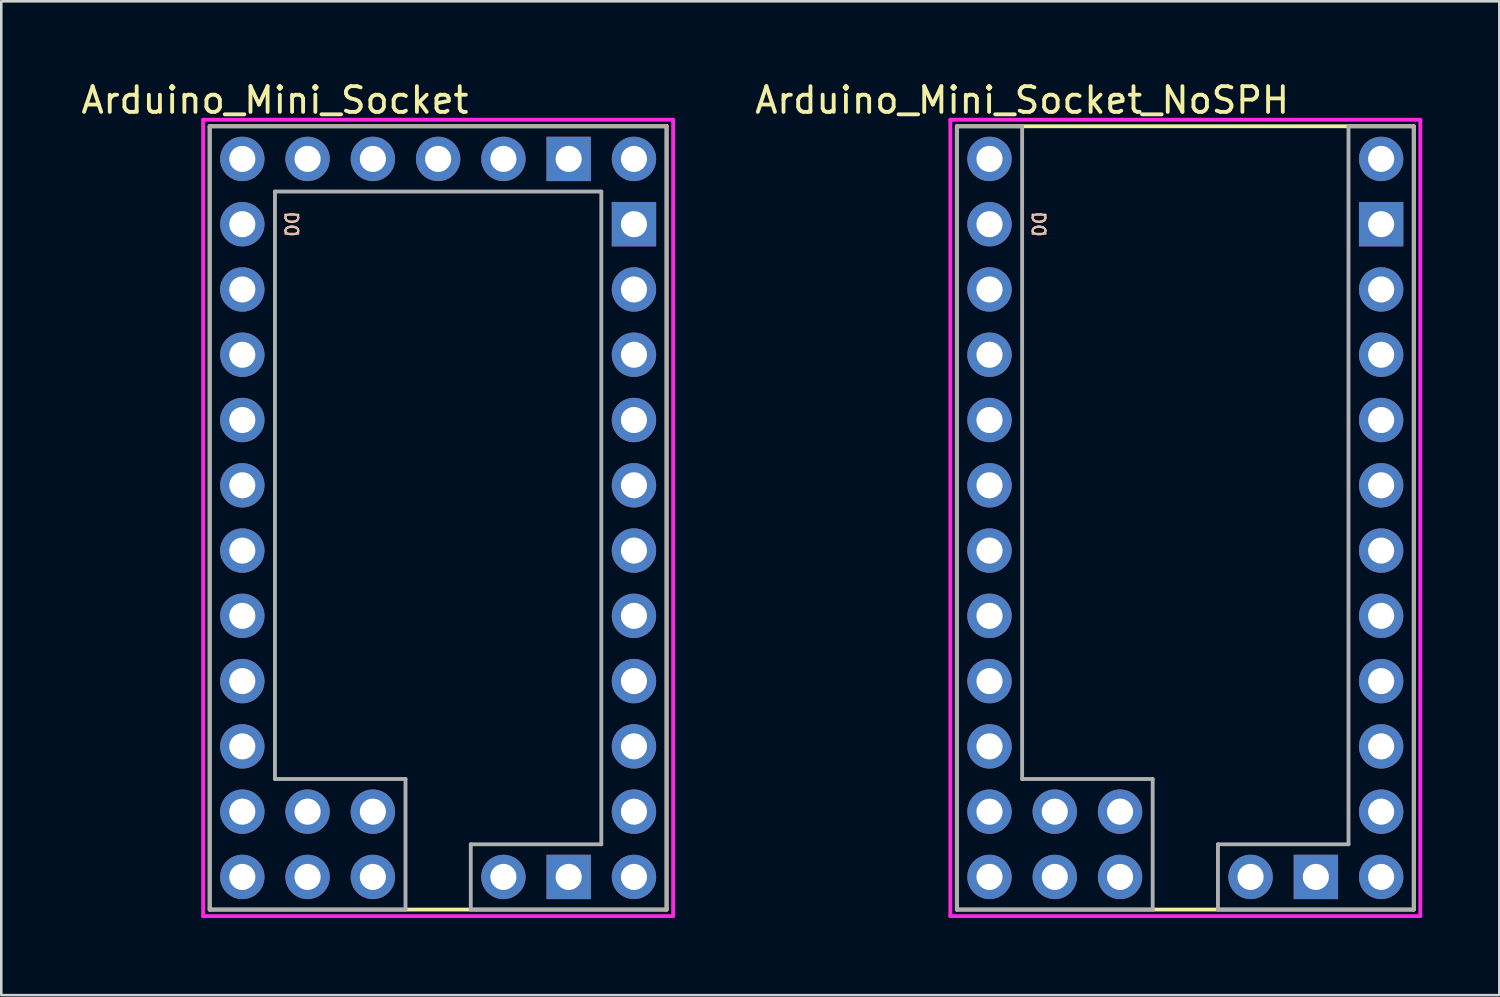
<source format=kicad_pcb>
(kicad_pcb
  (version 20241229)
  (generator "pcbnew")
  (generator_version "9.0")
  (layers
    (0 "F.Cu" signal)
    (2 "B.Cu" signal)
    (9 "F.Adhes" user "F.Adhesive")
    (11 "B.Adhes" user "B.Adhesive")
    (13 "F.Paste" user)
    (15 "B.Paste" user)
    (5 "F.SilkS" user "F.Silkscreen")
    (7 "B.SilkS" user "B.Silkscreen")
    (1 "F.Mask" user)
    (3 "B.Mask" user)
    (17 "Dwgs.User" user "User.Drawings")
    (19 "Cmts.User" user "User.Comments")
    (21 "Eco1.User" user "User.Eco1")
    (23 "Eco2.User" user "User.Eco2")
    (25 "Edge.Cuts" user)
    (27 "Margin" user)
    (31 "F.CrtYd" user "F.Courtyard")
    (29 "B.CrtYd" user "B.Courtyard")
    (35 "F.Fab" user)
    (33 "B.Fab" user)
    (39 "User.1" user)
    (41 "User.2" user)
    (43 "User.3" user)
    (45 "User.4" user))
  (footprint "Arduino_Mini_Socket_NoSPH"
    (layer "F.Cu")
    (at 34.184 32.344)
    (property "Reference" "Arduino_Mini_Socket_NoSPH" (at 2.54 -31.496 0) (layer "F.SilkS") (effects (font (size 1 1) (thickness 0.15))))
    (attr through_hole)
    (fp_line (start 0 -30.48) (end 17.78 -30.48) (stroke (width 0.15) (type solid)) (layer "F.SilkS"))
    (fp_line (start 0 0) (end 0 -30.48) (stroke (width 0.15) (type solid)) (layer "F.SilkS"))
    (fp_line (start 17.78 -30.48) (end 17.78 0) (stroke (width 0.15) (type solid)) (layer "F.SilkS"))
    (fp_line (start 17.78 0) (end 0 0) (stroke (width 0.15) (type solid)) (layer "F.SilkS"))
    (fp_line (start -0.254 -30.734) (end 18.034 -30.734) (stroke (width 0.15) (type solid)) (layer "F.CrtYd"))
    (fp_line (start -0.254 0.254) (end -0.254 -30.734) (stroke (width 0.15) (type solid)) (layer "F.CrtYd"))
    (fp_line (start 18.034 -30.734) (end 18.034 0.254) (stroke (width 0.15) (type solid)) (layer "F.CrtYd"))
    (fp_line (start 18.034 0.254) (end -0.254 0.254) (stroke (width 0.15) (type solid)) (layer "F.CrtYd"))
    (fp_line (start 0 -30.48) (end 2.54 -30.48) (stroke (width 0.15) (type solid)) (layer "F.Fab"))
    (fp_line (start 0 0) (end 0 -30.48) (stroke (width 0.15) (type solid)) (layer "F.Fab"))
    (fp_line (start 2.54 -30.48) (end 2.54 -5.08) (stroke (width 0.15) (type solid)) (layer "F.Fab"))
    (fp_line (start 2.54 -5.08) (end 7.62 -5.08) (stroke (width 0.15) (type solid)) (layer "F.Fab"))
    (fp_line (start 7.62 -5.08) (end 7.62 0) (stroke (width 0.15) (type solid)) (layer "F.Fab"))
    (fp_line (start 7.62 0) (end 0 0) (stroke (width 0.15) (type solid)) (layer "F.Fab"))
    (fp_line (start 10.16 -2.54) (end 15.24 -2.54) (stroke (width 0.15) (type solid)) (layer "F.Fab"))
    (fp_line (start 10.16 0) (end 10.16 -2.54) (stroke (width 0.15) (type solid)) (layer "F.Fab"))
    (fp_line (start 15.24 -30.48) (end 17.78 -30.48) (stroke (width 0.15) (type solid)) (layer "F.Fab"))
    (fp_line (start 15.24 -2.54) (end 15.24 -30.48) (stroke (width 0.15) (type solid)) (layer "F.Fab"))
    (fp_line (start 17.78 -30.48) (end 17.78 0) (stroke (width 0.15) (type solid)) (layer "F.Fab"))
    (fp_line (start 17.78 0) (end 10.16 0) (stroke (width 0.15) (type solid)) (layer "F.Fab"))
    (fp_text user "D0" (at 3.175 -26.67 270) (unlocked yes) (layer "F.SilkS") (effects (font (size 0.5 0.5) (thickness 0.075))))
    (fp_text user "D0" (at 3.175 -26.67 270) (unlocked yes) (layer "B.SilkS") (effects (font (size 0.5 0.5) (thickness 0.075)) (justify mirror)))
    (pad "5V1" thru_hole circle (at 16.51 -21.59) (size 1.727 1.727) (drill 1.016) (layers "*.Cu" "*.Mask"))
    (pad "5V3" thru_hole circle (at 11.43 -1.27) (size 1.727 1.727) (drill 1.016) (layers "*.Cu" "*.Mask"))
    (pad "A0" thru_hole circle (at 16.51 -11.43) (size 1.727 1.727) (drill 1.016) (layers "*.Cu" "*.Mask"))
    (pad "A1" thru_hole circle (at 16.51 -13.97) (size 1.727 1.727) (drill 1.016) (layers "*.Cu" "*.Mask"))
    (pad "A2" thru_hole circle (at 16.51 -16.51) (size 1.727 1.727) (drill 1.016) (layers "*.Cu" "*.Mask"))
    (pad "A3" thru_hole circle (at 16.51 -19.05) (size 1.727 1.727) (drill 1.016) (layers "*.Cu" "*.Mask"))
    (pad "A4" thru_hole circle (at 3.81 -1.27) (size 1.727 1.727) (drill 1.016) (layers "*.Cu" "*.Mask"))
    (pad "A5" thru_hole circle (at 6.35 -1.27) (size 1.727 1.727) (drill 1.016) (layers "*.Cu" "*.Mask"))
    (pad "A6" thru_hole circle (at 3.81 -3.81) (size 1.727 1.727) (drill 1.016) (layers "*.Cu" "*.Mask"))
    (pad "A7" thru_hole circle (at 6.35 -3.81) (size 1.727 1.727) (drill 1.016) (layers "*.Cu" "*.Mask"))
    (pad "D0" thru_hole circle (at 1.27 -26.67) (size 1.727 1.727) (drill 1.016) (layers "*.Cu" "*.Mask"))
    (pad "D1" thru_hole circle (at 1.27 -29.21) (size 1.727 1.727) (drill 1.016) (layers "*.Cu" "*.Mask"))
    (pad "D2" thru_hole circle (at 1.27 -19.05) (size 1.727 1.727) (drill 1.016) (layers "*.Cu" "*.Mask"))
    (pad "D3" thru_hole circle (at 1.27 -16.51) (size 1.727 1.727) (drill 1.016) (layers "*.Cu" "*.Mask"))
    (pad "D4" thru_hole circle (at 1.27 -13.97) (size 1.727 1.727) (drill 1.016) (layers "*.Cu" "*.Mask"))
    (pad "D5" thru_hole circle (at 1.27 -11.43) (size 1.727 1.727) (drill 1.016) (layers "*.Cu" "*.Mask"))
    (pad "D6" thru_hole circle (at 1.27 -8.89) (size 1.727 1.727) (drill 1.016) (layers "*.Cu" "*.Mask"))
    (pad "D7" thru_hole circle (at 1.27 -6.35) (size 1.727 1.727) (drill 1.016) (layers "*.Cu" "*.Mask"))
    (pad "D8" thru_hole circle (at 1.27 -3.81) (size 1.727 1.727) (drill 1.016) (layers "*.Cu" "*.Mask"))
    (pad "D9" thru_hole circle (at 1.27 -1.27) (size 1.727 1.727) (drill 1.016) (layers "*.Cu" "*.Mask"))
    (pad "D10" thru_hole circle (at 16.51 -1.27) (size 1.727 1.727) (drill 1.016) (layers "*.Cu" "*.Mask"))
    (pad "D11" thru_hole circle (at 16.51 -3.81) (size 1.727 1.727) (drill 1.016) (layers "*.Cu" "*.Mask"))
    (pad "D12" thru_hole circle (at 16.51 -6.35) (size 1.727 1.727) (drill 1.016) (layers "*.Cu" "*.Mask"))
    (pad "D13" thru_hole circle (at 16.51 -8.89) (size 1.727 1.727) (drill 1.016) (layers "*.Cu" "*.Mask"))
    (pad "GND2" thru_hole rect (at 16.51 -26.67) (size 1.727 1.727) (drill 1.016) (layers "*.Cu" "*.Mask"))
    (pad "GND4" thru_hole rect (at 13.97 -1.27) (size 1.727 1.727) (drill 1.016) (layers "*.Cu" "*.Mask"))
    (pad "L0" thru_hole circle (at 1.27 -24.13) (size 1.727 1.727) (drill 1.016) (layers "*.Cu" "*.Mask"))
    (pad "L1" thru_hole circle (at 1.27 -21.59) (size 1.727 1.727) (drill 1.016) (layers "*.Cu" "*.Mask"))
    (pad "RST2" thru_hole circle (at 16.51 -24.13) (size 1.727 1.727) (drill 1.016) (layers "*.Cu" "*.Mask"))
    (pad "VIN" thru_hole circle (at 16.51 -29.21) (size 1.727 1.727) (drill 1.016) (layers "*.Cu" "*.Mask")))
  (footprint "Arduino_Mini_Socket"
    (layer "F.Cu")
    (at 5.109 32.344)
    (property "Reference" "Arduino_Mini_Socket" (at 2.54 -31.496 0) (layer "F.SilkS") (effects (font (size 1 1) (thickness 0.15))))
    (attr through_hole)
    (fp_line (start 0 -30.48) (end 17.78 -30.48) (stroke (width 0.15) (type solid)) (layer "F.SilkS"))
    (fp_line (start 0 0) (end 0 -30.48) (stroke (width 0.15) (type solid)) (layer "F.SilkS"))
    (fp_line (start 17.78 -30.48) (end 17.78 0) (stroke (width 0.15) (type solid)) (layer "F.SilkS"))
    (fp_line (start 17.78 0) (end 0 0) (stroke (width 0.15) (type solid)) (layer "F.SilkS"))
    (fp_line (start -0.254 -30.734) (end 18.034 -30.734) (stroke (width 0.15) (type solid)) (layer "F.CrtYd"))
    (fp_line (start -0.254 0.254) (end -0.254 -30.734) (stroke (width 0.15) (type solid)) (layer "F.CrtYd"))
    (fp_line (start 18.034 -30.734) (end 18.034 0.254) (stroke (width 0.15) (type solid)) (layer "F.CrtYd"))
    (fp_line (start 18.034 0.254) (end -0.254 0.254) (stroke (width 0.15) (type solid)) (layer "F.CrtYd"))
    (fp_line (start 0 -30.48) (end 17.78 -30.48) (stroke (width 0.15) (type solid)) (layer "F.Fab"))
    (fp_line (start 0 0) (end 0 -30.48) (stroke (width 0.15) (type solid)) (layer "F.Fab"))
    (fp_line (start 2.54 -27.94) (end 2.54 -5.08) (stroke (width 0.15) (type solid)) (layer "F.Fab"))
    (fp_line (start 2.54 -5.08) (end 7.62 -5.08) (stroke (width 0.15) (type solid)) (layer "F.Fab"))
    (fp_line (start 7.62 -5.08) (end 7.62 0) (stroke (width 0.15) (type solid)) (layer "F.Fab"))
    (fp_line (start 7.62 0) (end 0 0) (stroke (width 0.15) (type solid)) (layer "F.Fab"))
    (fp_line (start 10.16 -2.54) (end 15.24 -2.54) (stroke (width 0.15) (type solid)) (layer "F.Fab"))
    (fp_line (start 10.16 0) (end 10.16 -2.54) (stroke (width 0.15) (type solid)) (layer "F.Fab"))
    (fp_line (start 15.24 -27.94) (end 2.54 -27.94) (stroke (width 0.15) (type solid)) (layer "F.Fab"))
    (fp_line (start 15.24 -2.54) (end 15.24 -27.94) (stroke (width 0.15) (type solid)) (layer "F.Fab"))
    (fp_line (start 17.78 -30.48) (end 17.78 0) (stroke (width 0.15) (type solid)) (layer "F.Fab"))
    (fp_line (start 17.78 0) (end 10.16 0) (stroke (width 0.15) (type solid)) (layer "F.Fab"))
    (fp_text user "D0" (at 3.175 -26.67 270) (unlocked yes) (layer "F.SilkS") (effects (font (size 0.5 0.5) (thickness 0.075))))
    (fp_text user "D0" (at 3.175 -26.67 270) (unlocked yes) (layer "B.SilkS") (effects (font (size 0.5 0.5) (thickness 0.075)) (justify mirror)))
    (pad "5V1" thru_hole circle (at 16.51 -21.59) (size 1.727 1.727) (drill 1.016) (layers "*.Cu" "*.Mask"))
    (pad "5V2" thru_hole circle (at 11.43 -29.21) (size 1.727 1.727) (drill 1.016) (layers "*.Cu" "*.Mask"))
    (pad "5V3" thru_hole circle (at 11.43 -1.27) (size 1.727 1.727) (drill 1.016) (layers "*.Cu" "*.Mask"))
    (pad "A0" thru_hole circle (at 16.51 -11.43) (size 1.727 1.727) (drill 1.016) (layers "*.Cu" "*.Mask"))
    (pad "A1" thru_hole circle (at 16.51 -13.97) (size 1.727 1.727) (drill 1.016) (layers "*.Cu" "*.Mask"))
    (pad "A2" thru_hole circle (at 16.51 -16.51) (size 1.727 1.727) (drill 1.016) (layers "*.Cu" "*.Mask"))
    (pad "A3" thru_hole circle (at 16.51 -19.05) (size 1.727 1.727) (drill 1.016) (layers "*.Cu" "*.Mask"))
    (pad "A4" thru_hole circle (at 3.81 -1.27) (size 1.727 1.727) (drill 1.016) (layers "*.Cu" "*.Mask"))
    (pad "A5" thru_hole circle (at 6.35 -1.27) (size 1.727 1.727) (drill 1.016) (layers "*.Cu" "*.Mask"))
    (pad "A6" thru_hole circle (at 3.81 -3.81) (size 1.727 1.727) (drill 1.016) (layers "*.Cu" "*.Mask"))
    (pad "A7" thru_hole circle (at 6.35 -3.81) (size 1.727 1.727) (drill 1.016) (layers "*.Cu" "*.Mask"))
    (pad "D0" thru_hole circle (at 1.27 -26.67) (size 1.727 1.727) (drill 1.016) (layers "*.Cu" "*.Mask"))
    (pad "D1" thru_hole circle (at 1.27 -29.21) (size 1.727 1.727) (drill 1.016) (layers "*.Cu" "*.Mask"))
    (pad "D2" thru_hole circle (at 1.27 -19.05) (size 1.727 1.727) (drill 1.016) (layers "*.Cu" "*.Mask"))
    (pad "D3" thru_hole circle (at 1.27 -16.51) (size 1.727 1.727) (drill 1.016) (layers "*.Cu" "*.Mask"))
    (pad "D4" thru_hole circle (at 1.27 -13.97) (size 1.727 1.727) (drill 1.016) (layers "*.Cu" "*.Mask"))
    (pad "D5" thru_hole circle (at 1.27 -11.43) (size 1.727 1.727) (drill 1.016) (layers "*.Cu" "*.Mask"))
    (pad "D6" thru_hole circle (at 1.27 -8.89) (size 1.727 1.727) (drill 1.016) (layers "*.Cu" "*.Mask"))
    (pad "D7" thru_hole circle (at 1.27 -6.35) (size 1.727 1.727) (drill 1.016) (layers "*.Cu" "*.Mask"))
    (pad "D8" thru_hole circle (at 1.27 -3.81) (size 1.727 1.727) (drill 1.016) (layers "*.Cu" "*.Mask"))
    (pad "D9" thru_hole circle (at 1.27 -1.27) (size 1.727 1.727) (drill 1.016) (layers "*.Cu" "*.Mask"))
    (pad "D10" thru_hole circle (at 16.51 -1.27) (size 1.727 1.727) (drill 1.016) (layers "*.Cu" "*.Mask"))
    (pad "D11" thru_hole circle (at 16.51 -3.81) (size 1.727 1.727) (drill 1.016) (layers "*.Cu" "*.Mask"))
    (pad "D12" thru_hole circle (at 16.51 -6.35) (size 1.727 1.727) (drill 1.016) (layers "*.Cu" "*.Mask"))
    (pad "D13" thru_hole circle (at 16.51 -8.89) (size 1.727 1.727) (drill 1.016) (layers "*.Cu" "*.Mask"))
    (pad "GND2" thru_hole rect (at 16.51 -26.67) (size 1.727 1.727) (drill 1.016) (layers "*.Cu" "*.Mask"))
    (pad "GND3" thru_hole rect (at 13.97 -29.21) (size 1.727 1.727) (drill 1.016) (layers "*.Cu" "*.Mask"))
    (pad "GND4" thru_hole rect (at 13.97 -1.27) (size 1.727 1.727) (drill 1.016) (layers "*.Cu" "*.Mask"))
    (pad "L0" thru_hole circle (at 1.27 -24.13) (size 1.727 1.727) (drill 1.016) (layers "*.Cu" "*.Mask"))
    (pad "L1" thru_hole circle (at 1.27 -21.59) (size 1.727 1.727) (drill 1.016) (layers "*.Cu" "*.Mask"))
    (pad "L2" thru_hole circle (at 3.81 -29.21) (size 1.727 1.727) (drill 1.016) (layers "*.Cu" "*.Mask"))
    (pad "RST2" thru_hole circle (at 16.51 -24.13) (size 1.727 1.727) (drill 1.016) (layers "*.Cu" "*.Mask"))
    (pad "RX" thru_hole circle (at 8.89 -29.21) (size 1.727 1.727) (drill 1.016) (layers "*.Cu" "*.Mask"))
    (pad "TX" thru_hole circle (at 6.35 -29.21) (size 1.727 1.727) (drill 1.016) (layers "*.Cu" "*.Mask"))
    (pad "VIN" thru_hole circle (at 16.51 -29.21) (size 1.727 1.727) (drill 1.016) (layers "*.Cu" "*.Mask")))
  (gr_rect
    (start -3 -3)
    (end 55.293 35.673)
    (stroke (width 0.1) (type default))
    (fill no)
    (layer "Edge.Cuts")))
</source>
